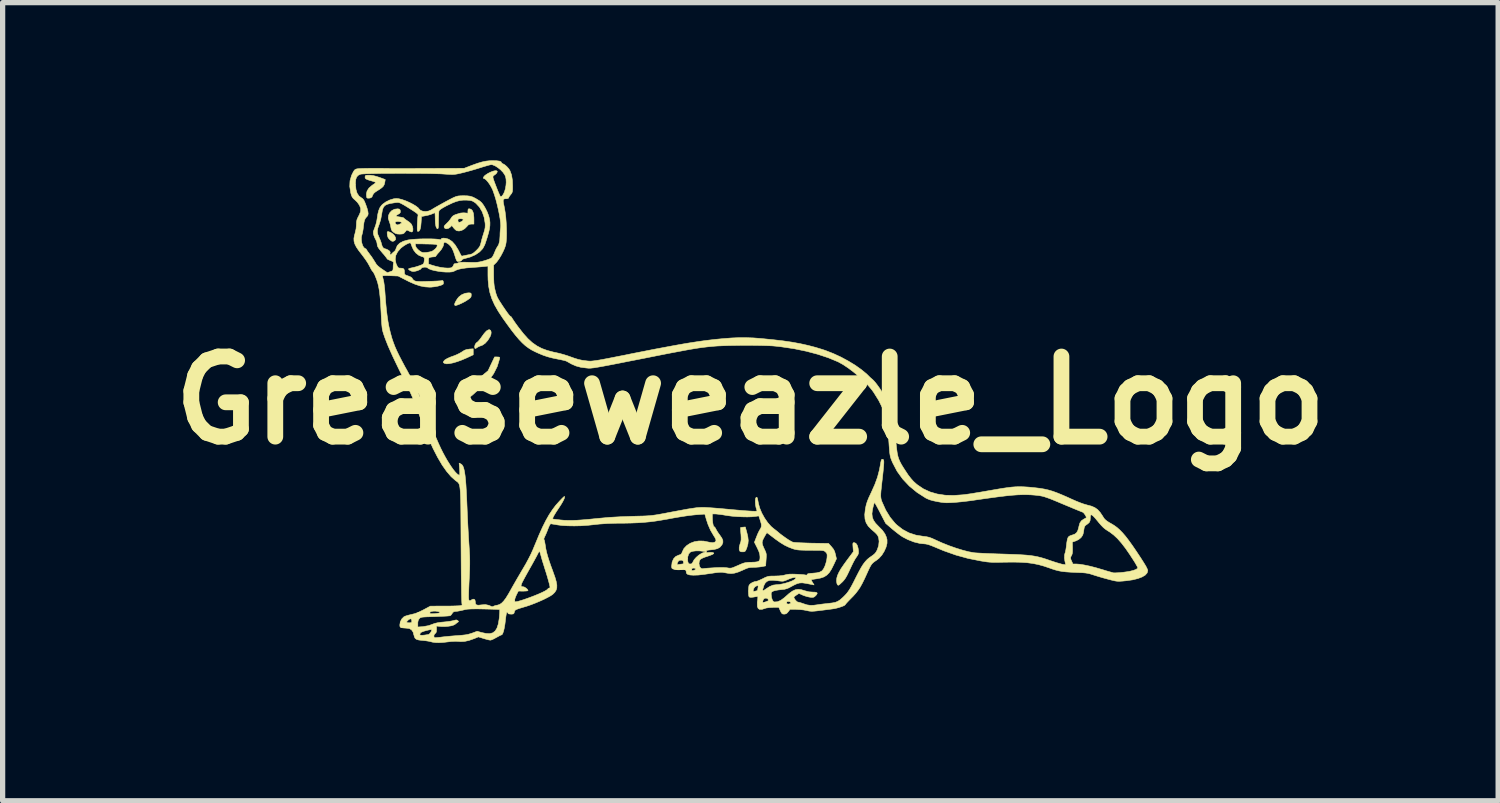
<source format=kicad_pcb>
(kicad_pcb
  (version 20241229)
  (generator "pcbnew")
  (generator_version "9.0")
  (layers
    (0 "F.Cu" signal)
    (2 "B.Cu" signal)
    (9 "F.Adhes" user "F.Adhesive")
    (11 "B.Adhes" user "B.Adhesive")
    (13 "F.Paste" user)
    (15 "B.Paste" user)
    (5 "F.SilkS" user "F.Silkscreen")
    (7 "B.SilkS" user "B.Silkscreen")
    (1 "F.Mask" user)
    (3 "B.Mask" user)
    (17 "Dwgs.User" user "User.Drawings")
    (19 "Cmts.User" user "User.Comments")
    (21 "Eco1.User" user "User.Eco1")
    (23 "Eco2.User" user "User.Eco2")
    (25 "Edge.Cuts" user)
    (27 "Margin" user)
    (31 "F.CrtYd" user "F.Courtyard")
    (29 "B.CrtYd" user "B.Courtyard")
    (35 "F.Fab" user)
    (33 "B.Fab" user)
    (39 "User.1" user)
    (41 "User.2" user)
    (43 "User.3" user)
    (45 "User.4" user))
  (footprint "Greaseweazle_Logo"
    (layer "F.Cu")
    (at 11.22 4.564)
    (property "Reference" "Greaseweazle_Logo" (at 0 0 0) (layer "F.SilkS") (effects (font (size 1.524 1.524) (thickness 0.3))))
    (attr through_hole)
    (fp_poly (pts (xy -6.847 -3.195) (xy -6.832 -3.188) (xy -6.791 -3.159) (xy -6.762 -3.124) (xy -6.747 -3.089) (xy -6.749 -3.057) (xy -6.768 -3.036) (xy -6.795 -3.025) (xy -6.818 -3.027) (xy -6.845 -3.046) (xy -6.859 -3.058) (xy -6.888 -3.091) (xy -6.902 -3.131) (xy -6.905 -3.153) (xy -6.908 -3.191) (xy -6.902 -3.209) (xy -6.883 -3.21) (xy -6.847 -3.195)) (stroke (width 0.01) (type solid)) (fill yes) (layer "F.SilkS"))
    (fp_poly (pts (xy -5.331 -2.044) (xy -5.314 -2.037) (xy -5.309 -2.021) (xy -5.309 -2.001) (xy -5.311 -1.977) (xy -5.32 -1.957) (xy -5.342 -1.937) (xy -5.381 -1.91) (xy -5.385 -1.907) (xy -5.43 -1.879) (xy -5.483 -1.852) (xy -5.535 -1.828) (xy -5.58 -1.811) (xy -5.611 -1.804) (xy -5.614 -1.803) (xy -5.624 -1.814) (xy -5.626 -1.826) (xy -5.618 -1.854) (xy -5.598 -1.893) (xy -5.571 -1.935) (xy -5.545 -1.967) (xy -5.491 -2.009) (xy -5.425 -2.037) (xy -5.366 -2.045) (xy -5.331 -2.044)) (stroke (width 0.01) (type solid)) (fill yes) (layer "F.SilkS"))
    (fp_poly (pts (xy -4.939 -1.329) (xy -4.93 -1.299) (xy -4.933 -1.259) (xy -4.948 -1.217) (xy -4.994 -1.141) (xy -5.045 -1.085) (xy -5.098 -1.049) (xy -5.118 -1.042) (xy -5.159 -1.027) (xy -5.194 -1.008) (xy -5.202 -1.002) (xy -5.226 -0.986) (xy -5.239 -0.99) (xy -5.245 -1.021) (xy -5.236 -1.058) (xy -5.217 -1.09) (xy -5.2 -1.103) (xy -5.179 -1.12) (xy -5.15 -1.153) (xy -5.119 -1.195) (xy -5.112 -1.205) (xy -5.062 -1.274) (xy -5.02 -1.32) (xy -4.982 -1.342) (xy -4.96 -1.344) (xy -4.939 -1.329)) (stroke (width 0.01) (type solid)) (fill yes) (layer "F.SilkS"))
    (fp_poly (pts (xy -5.271 -0.867) (xy -5.394 -0.809) (xy -5.485 -0.77) (xy -5.572 -0.738) (xy -5.652 -0.714) (xy -5.721 -0.7) (xy -5.775 -0.695) (xy -5.811 -0.702) (xy -5.812 -0.702) (xy -5.833 -0.714) (xy -5.839 -0.718) (xy -5.838 -0.73) (xy -5.835 -0.741) (xy -5.812 -0.768) (xy -5.765 -0.797) (xy -5.694 -0.828) (xy -5.648 -0.844) (xy -5.59 -0.867) (xy -5.532 -0.895) (xy -5.486 -0.922) (xy -5.484 -0.924) (xy -5.438 -0.953) (xy -5.397 -0.968) (xy -5.346 -0.975) (xy -5.345 -0.976) (xy -5.271 -0.981) (xy -5.271 -0.867)) (stroke (width 0.01) (type solid)) (fill yes) (layer "F.SilkS"))
    (fp_poly (pts (xy -0.069 2.508) (xy -0.049 2.593) (xy -0.041 2.664) (xy -0.047 2.729) (xy -0.066 2.796) (xy -0.067 2.8) (xy -0.084 2.842) (xy -0.097 2.865) (xy -0.113 2.876) (xy -0.137 2.88) (xy -0.14 2.88) (xy -0.174 2.879) (xy -0.199 2.87) (xy -0.2 2.868) (xy -0.213 2.839) (xy -0.213 2.793) (xy -0.199 2.736) (xy -0.193 2.718) (xy -0.182 2.685) (xy -0.177 2.65) (xy -0.177 2.606) (xy -0.18 2.545) (xy -0.181 2.541) (xy -0.185 2.489) (xy -0.187 2.448) (xy -0.188 2.423) (xy -0.187 2.418) (xy -0.174 2.415) (xy -0.145 2.411) (xy -0.141 2.411) (xy -0.097 2.407) (xy -0.069 2.508)) (stroke (width 0.01) (type solid)) (fill yes) (layer "F.SilkS"))
    (fp_poly (pts (xy -4.781 -0.824) (xy -4.768 -0.818) (xy -4.768 -0.801) (xy -4.77 -0.791) (xy -4.815 -0.644) (xy -4.883 -0.508) (xy -4.973 -0.384) (xy -5.085 -0.273) (xy -5.135 -0.232) (xy -5.181 -0.196) (xy -5.225 -0.157) (xy -5.258 -0.126) (xy -5.302 -0.088) (xy -5.351 -0.056) (xy -5.402 -0.032) (xy -5.447 -0.02) (xy -5.482 -0.02) (xy -5.496 -0.028) (xy -5.508 -0.051) (xy -5.512 -0.079) (xy -5.506 -0.108) (xy -5.485 -0.125) (xy -5.474 -0.129) (xy -5.447 -0.141) (xy -5.436 -0.153) (xy -5.436 -0.154) (xy -5.426 -0.174) (xy -5.397 -0.208) (xy -5.35 -0.254) (xy -5.286 -0.313) (xy -5.207 -0.382) (xy -5.162 -0.42) (xy -4.988 -0.565) (xy -4.927 -0.695) (xy -4.865 -0.826) (xy -4.814 -0.826) (xy -4.781 -0.824)) (stroke (width 0.01) (type solid)) (fill yes) (layer "F.SilkS"))
    (fp_poly (pts (xy 2.005 2.717) (xy 2.03 2.752) (xy 2.047 2.806) (xy 2.054 2.85) (xy 2.056 2.889) (xy 2.052 2.918) (xy 2.038 2.947) (xy 2.014 2.982) (xy 1.989 3.02) (xy 1.959 3.074) (xy 1.928 3.137) (xy 1.904 3.188) (xy 1.866 3.269) (xy 1.835 3.332) (xy 1.808 3.379) (xy 1.78 3.417) (xy 1.751 3.45) (xy 1.729 3.47) (xy 1.698 3.499) (xy 1.679 3.513) (xy 1.669 3.515) (xy 1.659 3.509) (xy 1.654 3.503) (xy 1.645 3.482) (xy 1.639 3.446) (xy 1.638 3.422) (xy 1.643 3.376) (xy 1.658 3.325) (xy 1.684 3.268) (xy 1.723 3.2) (xy 1.778 3.12) (xy 1.838 3.037) (xy 1.958 2.877) (xy 1.951 2.791) (xy 1.948 2.745) (xy 1.949 2.72) (xy 1.955 2.708) (xy 1.967 2.705) (xy 1.975 2.705) (xy 2.005 2.717)) (stroke (width 0.01) (type solid)) (fill yes) (layer "F.SilkS"))
    (fp_poly (pts (xy -7.172 -4.275) (xy -7.111 -4.259) (xy -7.05 -4.239) (xy -6.944 -4.2) (xy -6.952 -4.15) (xy -6.962 -4.108) (xy -6.979 -4.075) (xy -7.009 -4.045) (xy -7.055 -4.012) (xy -7.083 -3.995) (xy -7.131 -3.964) (xy -7.161 -3.938) (xy -7.178 -3.913) (xy -7.184 -3.899) (xy -7.198 -3.867) (xy -7.221 -3.852) (xy -7.243 -3.847) (xy -7.278 -3.845) (xy -7.294 -3.855) (xy -7.296 -3.858) (xy -7.3 -3.882) (xy -7.302 -3.918) (xy -7.303 -3.923) (xy -7.29 -3.982) (xy -7.254 -4.038) (xy -7.195 -4.089) (xy -7.185 -4.096) (xy -7.152 -4.118) (xy -7.13 -4.136) (xy -7.125 -4.143) (xy -7.136 -4.151) (xy -7.165 -4.162) (xy -7.198 -4.172) (xy -7.256 -4.189) (xy -7.294 -4.203) (xy -7.316 -4.215) (xy -7.326 -4.23) (xy -7.328 -4.248) (xy -7.324 -4.27) (xy -7.307 -4.28) (xy -7.287 -4.282) (xy -7.227 -4.282) (xy -7.172 -4.275)) (stroke (width 0.01) (type solid)) (fill yes) (layer "F.SilkS"))
    (fp_poly (pts (xy -5.313 -3.635) (xy -5.285 -3.606) (xy -5.267 -3.557) (xy -5.259 -3.485) (xy -5.258 -3.446) (xy -5.258 -3.353) (xy -5.307 -3.353) (xy -5.342 -3.349) (xy -5.368 -3.334) (xy -5.39 -3.309) (xy -5.435 -3.264) (xy -5.487 -3.234) (xy -5.54 -3.221) (xy -5.584 -3.227) (xy -5.608 -3.243) (xy -5.636 -3.271) (xy -5.644 -3.281) (xy -5.678 -3.325) (xy -5.709 -3.294) (xy -5.742 -3.272) (xy -5.778 -3.263) (xy -5.807 -3.27) (xy -5.823 -3.29) (xy -5.824 -3.311) (xy -5.809 -3.333) (xy -5.78 -3.361) (xy -5.742 -3.399) (xy -5.722 -3.424) (xy -5.563 -3.424) (xy -5.557 -3.398) (xy -5.547 -3.387) (xy -5.523 -3.389) (xy -5.493 -3.401) (xy -5.469 -3.42) (xy -5.461 -3.436) (xy -5.47 -3.449) (xy -5.499 -3.454) (xy -5.512 -3.454) (xy -5.545 -3.453) (xy -5.559 -3.444) (xy -5.563 -3.425) (xy -5.563 -3.424) (xy -5.722 -3.424) (xy -5.707 -3.442) (xy -5.696 -3.459) (xy -5.675 -3.49) (xy -5.651 -3.512) (xy -5.616 -3.53) (xy -5.581 -3.542) (xy -5.515 -3.562) (xy -5.459 -3.567) (xy -5.435 -3.566) (xy -5.372 -3.56) (xy -5.372 -3.602) (xy -5.368 -3.634) (xy -5.354 -3.645) (xy -5.352 -3.645) (xy -5.313 -3.635)) (stroke (width 0.01) (type solid)) (fill yes) (layer "F.SilkS"))
    (fp_poly (pts (xy -6.704 -3.643) (xy -6.674 -3.637) (xy -6.661 -3.621) (xy -6.657 -3.6) (xy -6.658 -3.573) (xy -6.672 -3.555) (xy -6.699 -3.539) (xy -6.726 -3.523) (xy -6.739 -3.51) (xy -6.738 -3.507) (xy -6.723 -3.499) (xy -6.69 -3.491) (xy -6.661 -3.487) (xy -6.623 -3.48) (xy -6.598 -3.473) (xy -6.591 -3.468) (xy -6.581 -3.457) (xy -6.556 -3.437) (xy -6.529 -3.419) (xy -6.49 -3.392) (xy -6.458 -3.364) (xy -6.446 -3.349) (xy -6.428 -3.31) (xy -6.418 -3.266) (xy -6.419 -3.229) (xy -6.425 -3.214) (xy -6.436 -3.203) (xy -6.453 -3.204) (xy -6.484 -3.217) (xy -6.486 -3.218) (xy -6.534 -3.241) (xy -6.567 -3.202) (xy -6.589 -3.178) (xy -6.612 -3.167) (xy -6.645 -3.163) (xy -6.67 -3.162) (xy -6.718 -3.165) (xy -6.753 -3.176) (xy -6.785 -3.197) (xy -6.814 -3.223) (xy -6.829 -3.252) (xy -6.838 -3.294) (xy -6.838 -3.298) (xy -6.849 -3.347) (xy -6.86 -3.381) (xy -6.758 -3.381) (xy -6.749 -3.359) (xy -6.734 -3.346) (xy -6.714 -3.337) (xy -6.689 -3.342) (xy -6.674 -3.349) (xy -6.646 -3.364) (xy -6.63 -3.374) (xy -6.63 -3.374) (xy -6.631 -3.384) (xy -6.651 -3.394) (xy -6.682 -3.401) (xy -6.709 -3.403) (xy -6.744 -3.397) (xy -6.758 -3.381) (xy -6.86 -3.381) (xy -6.864 -3.396) (xy -6.871 -3.411) (xy -6.887 -3.466) (xy -6.881 -3.521) (xy -6.856 -3.571) (xy -6.817 -3.611) (xy -6.766 -3.636) (xy -6.707 -3.643) (xy -6.704 -3.643)) (stroke (width 0.01) (type solid)) (fill yes) (layer "F.SilkS"))
    (fp_poly (pts (xy -4.825 -4.557) (xy -4.772 -4.55) (xy -4.743 -4.538) (xy -4.737 -4.527) (xy -4.727 -4.51) (xy -4.711 -4.502) (xy -4.674 -4.482) (xy -4.634 -4.448) (xy -4.596 -4.406) (xy -4.573 -4.37) (xy -4.543 -4.289) (xy -4.526 -4.186) (xy -4.522 -4.073) (xy -4.522 -4.017) (xy -4.525 -3.979) (xy -4.532 -3.954) (xy -4.543 -3.933) (xy -4.56 -3.912) (xy -4.583 -3.882) (xy -4.596 -3.858) (xy -4.597 -3.852) (xy -4.609 -3.84) (xy -4.639 -3.835) (xy -4.669 -3.834) (xy -4.688 -3.828) (xy -4.699 -3.814) (xy -4.701 -3.788) (xy -4.695 -3.745) (xy -4.682 -3.683) (xy -4.678 -3.664) (xy -4.664 -3.58) (xy -4.652 -3.484) (xy -4.644 -3.381) (xy -4.639 -3.277) (xy -4.637 -3.177) (xy -4.639 -3.085) (xy -4.645 -3.009) (xy -4.654 -2.955) (xy -4.675 -2.893) (xy -4.707 -2.822) (xy -4.745 -2.75) (xy -4.786 -2.684) (xy -4.824 -2.632) (xy -4.836 -2.619) (xy -4.883 -2.573) (xy -4.883 -2.388) (xy -4.881 -2.303) (xy -4.878 -2.235) (xy -4.872 -2.178) (xy -4.861 -2.122) (xy -4.852 -2.083) (xy -4.84 -2.037) (xy -4.827 -1.998) (xy -4.812 -1.96) (xy -4.79 -1.92) (xy -4.76 -1.871) (xy -4.719 -1.808) (xy -4.702 -1.782) (xy -4.661 -1.722) (xy -4.625 -1.671) (xy -4.595 -1.631) (xy -4.574 -1.607) (xy -4.566 -1.6) (xy -4.549 -1.59) (xy -4.537 -1.572) (xy -4.525 -1.552) (xy -4.501 -1.516) (xy -4.468 -1.468) (xy -4.428 -1.413) (xy -4.407 -1.385) (xy -4.317 -1.27) (xy -4.232 -1.175) (xy -4.148 -1.098) (xy -4.061 -1.037) (xy -3.968 -0.988) (xy -3.864 -0.95) (xy -3.744 -0.918) (xy -3.699 -0.909) (xy -3.625 -0.892) (xy -3.546 -0.87) (xy -3.473 -0.847) (xy -3.434 -0.833) (xy -3.347 -0.802) (xy -3.273 -0.779) (xy -3.2 -0.763) (xy -3.117 -0.752) (xy -3.099 -0.75) (xy -3.078 -0.748) (xy -3.057 -0.747) (xy -3.034 -0.747) (xy -3.007 -0.749) (xy -2.973 -0.753) (xy -2.93 -0.759) (xy -2.877 -0.767) (xy -2.811 -0.779) (xy -2.731 -0.794) (xy -2.633 -0.813) (xy -2.517 -0.836) (xy -2.379 -0.863) (xy -2.248 -0.89) (xy -2.028 -0.933) (xy -1.831 -0.972) (xy -1.654 -1.005) (xy -1.494 -1.035) (xy -1.35 -1.061) (xy -1.219 -1.084) (xy -1.098 -1.103) (xy -0.986 -1.12) (xy -0.879 -1.135) (xy -0.775 -1.148) (xy -0.673 -1.16) (xy -0.569 -1.17) (xy -0.515 -1.175) (xy -0.36 -1.187) (xy -0.219 -1.193) (xy -0.082 -1.193) (xy 0.059 -1.188) (xy 0.215 -1.176) (xy 0.222 -1.175) (xy 0.433 -1.154) (xy 0.622 -1.132) (xy 0.793 -1.107) (xy 0.951 -1.078) (xy 1.099 -1.045) (xy 1.24 -1.008) (xy 1.38 -0.965) (xy 1.435 -0.946) (xy 1.578 -0.89) (xy 1.721 -0.824) (xy 1.86 -0.749) (xy 1.992 -0.669) (xy 2.11 -0.585) (xy 2.211 -0.502) (xy 2.267 -0.446) (xy 2.284 -0.43) (xy 2.312 -0.406) (xy 2.326 -0.394) (xy 2.36 -0.359) (xy 2.402 -0.307) (xy 2.451 -0.239) (xy 2.503 -0.161) (xy 2.555 -0.077) (xy 2.588 -0.019) (xy 2.627 0.055) (xy 2.659 0.134) (xy 2.687 0.22) (xy 2.71 0.317) (xy 2.729 0.429) (xy 2.746 0.558) (xy 2.761 0.709) (xy 2.763 0.73) (xy 2.772 0.84) (xy 2.782 0.929) (xy 2.792 1.001) (xy 2.805 1.062) (xy 2.822 1.116) (xy 2.845 1.168) (xy 2.873 1.221) (xy 2.91 1.281) (xy 2.943 1.332) (xy 3 1.418) (xy 3.052 1.485) (xy 3.101 1.54) (xy 3.154 1.588) (xy 3.175 1.605) (xy 3.289 1.682) (xy 3.415 1.74) (xy 3.552 1.78) (xy 3.703 1.803) (xy 3.869 1.807) (xy 4.052 1.794) (xy 4.197 1.774) (xy 4.279 1.76) (xy 4.377 1.744) (xy 4.481 1.726) (xy 4.584 1.708) (xy 4.655 1.696) (xy 4.776 1.675) (xy 4.879 1.66) (xy 4.966 1.649) (xy 5.045 1.643) (xy 5.119 1.641) (xy 5.194 1.643) (xy 5.276 1.648) (xy 5.302 1.65) (xy 5.411 1.661) (xy 5.504 1.672) (xy 5.588 1.686) (xy 5.667 1.704) (xy 5.746 1.727) (xy 5.829 1.757) (xy 5.922 1.795) (xy 6.03 1.842) (xy 6.106 1.877) (xy 6.188 1.913) (xy 6.267 1.945) (xy 6.337 1.97) (xy 6.392 1.986) (xy 6.398 1.988) (xy 6.482 2.01) (xy 6.548 2.038) (xy 6.602 2.076) (xy 6.65 2.129) (xy 6.698 2.2) (xy 6.705 2.212) (xy 6.727 2.246) (xy 6.752 2.272) (xy 6.783 2.297) (xy 6.829 2.326) (xy 6.86 2.343) (xy 6.916 2.377) (xy 6.969 2.415) (xy 7.021 2.461) (xy 7.075 2.516) (xy 7.133 2.583) (xy 7.195 2.664) (xy 7.264 2.76) (xy 7.342 2.874) (xy 7.422 2.995) (xy 7.478 3.083) (xy 7.519 3.15) (xy 7.544 3.2) (xy 7.556 3.231) (xy 7.556 3.237) (xy 7.544 3.281) (xy 7.508 3.322) (xy 7.449 3.357) (xy 7.37 3.387) (xy 7.27 3.412) (xy 7.152 3.429) (xy 7.079 3.436) (xy 7.033 3.439) (xy 6.995 3.44) (xy 6.959 3.437) (xy 6.919 3.43) (xy 6.869 3.418) (xy 6.803 3.401) (xy 6.771 3.392) (xy 6.697 3.372) (xy 6.623 3.35) (xy 6.557 3.33) (xy 6.507 3.314) (xy 6.494 3.31) (xy 6.456 3.298) (xy 6.417 3.289) (xy 6.373 3.282) (xy 6.317 3.277) (xy 6.244 3.274) (xy 6.198 3.272) (xy 6.09 3.267) (xy 6.002 3.261) (xy 5.928 3.253) (xy 5.863 3.241) (xy 5.8 3.225) (xy 5.734 3.204) (xy 5.687 3.187) (xy 5.58 3.151) (xy 5.476 3.122) (xy 5.37 3.101) (xy 5.258 3.086) (xy 5.135 3.078) (xy 4.996 3.075) (xy 4.837 3.077) (xy 4.826 3.077) (xy 4.733 3.079) (xy 4.66 3.08) (xy 4.6 3.079) (xy 4.547 3.076) (xy 4.495 3.071) (xy 4.437 3.062) (xy 4.381 3.053) (xy 4.14 3.005) (xy 3.907 2.941) (xy 3.675 2.859) (xy 3.5 2.786) (xy 3.439 2.761) (xy 3.384 2.742) (xy 3.343 2.732) (xy 3.329 2.73) (xy 3.223 2.72) (xy 3.109 2.692) (xy 2.992 2.646) (xy 2.896 2.596) (xy 2.859 2.572) (xy 2.809 2.535) (xy 2.753 2.491) (xy 2.699 2.447) (xy 2.572 2.338) (xy 2.47 2.141) (xy 2.437 2.077) (xy 2.407 2.021) (xy 2.383 1.978) (xy 2.366 1.951) (xy 2.36 1.943) (xy 2.353 1.955) (xy 2.344 1.984) (xy 2.333 2.025) (xy 2.323 2.071) (xy 2.316 2.114) (xy 2.312 2.149) (xy 2.311 2.156) (xy 2.318 2.219) (xy 2.339 2.277) (xy 2.378 2.334) (xy 2.437 2.396) (xy 2.44 2.399) (xy 2.51 2.47) (xy 2.558 2.538) (xy 2.587 2.604) (xy 2.598 2.65) (xy 2.598 2.717) (xy 2.579 2.792) (xy 2.545 2.868) (xy 2.5 2.941) (xy 2.445 3.002) (xy 2.397 3.04) (xy 2.36 3.065) (xy 2.332 3.087) (xy 2.308 3.112) (xy 2.287 3.144) (xy 2.264 3.187) (xy 2.236 3.247) (xy 2.218 3.287) (xy 2.17 3.392) (xy 2.127 3.479) (xy 2.087 3.551) (xy 2.046 3.612) (xy 2.002 3.669) (xy 1.952 3.725) (xy 1.921 3.756) (xy 1.877 3.801) (xy 1.841 3.839) (xy 1.815 3.868) (xy 1.804 3.884) (xy 1.803 3.885) (xy 1.792 3.896) (xy 1.762 3.911) (xy 1.718 3.927) (xy 1.668 3.943) (xy 1.616 3.956) (xy 1.584 3.962) (xy 1.541 3.968) (xy 1.481 3.976) (xy 1.41 3.985) (xy 1.337 3.994) (xy 1.327 3.995) (xy 1.255 4.004) (xy 1.202 4.009) (xy 1.162 4.01) (xy 1.13 4.008) (xy 1.1 4.003) (xy 1.069 3.996) (xy 1.012 3.985) (xy 0.942 3.978) (xy 0.871 3.975) (xy 0.752 3.975) (xy 0.718 4.02) (xy 0.691 4.05) (xy 0.663 4.062) (xy 0.641 4.064) (xy 0.615 4.062) (xy 0.598 4.051) (xy 0.582 4.027) (xy 0.569 4) (xy 0.54 3.937) (xy 0.43 3.937) (xy 0.358 3.94) (xy 0.301 3.948) (xy 0.275 3.956) (xy 0.217 3.975) (xy 0.174 3.975) (xy 0.147 3.956) (xy 0.132 3.917) (xy 0.131 3.857) (xy 0.132 3.848) (xy 0.686 3.848) (xy 0.696 3.868) (xy 0.722 3.874) (xy 0.754 3.866) (xy 0.768 3.853) (xy 0.763 3.837) (xy 0.743 3.826) (xy 0.723 3.823) (xy 0.695 3.827) (xy 0.686 3.843) (xy 0.686 3.848) (xy 0.132 3.848) (xy 0.133 3.834) (xy 0.233 3.834) (xy 0.237 3.843) (xy 0.253 3.842) (xy 0.286 3.832) (xy 0.314 3.821) (xy 0.337 3.811) (xy 0.341 3.798) (xy 0.335 3.779) (xy 0.318 3.764) (xy 0.288 3.76) (xy 0.26 3.769) (xy 0.259 3.769) (xy 0.246 3.787) (xy 0.236 3.814) (xy 0.233 3.834) (xy 0.133 3.834) (xy 0.135 3.816) (xy 0.14 3.767) (xy 0.141 3.738) (xy 0.137 3.727) (xy 0.131 3.727) (xy 0.109 3.732) (xy 0.073 3.738) (xy 0.05 3.742) (xy 0.007 3.745) (xy -0.017 3.741) (xy -0.027 3.732) (xy -0.033 3.708) (xy -0.037 3.666) (xy -0.037 3.624) (xy 0.052 3.624) (xy 0.059 3.632) (xy 0.084 3.629) (xy 0.089 3.628) (xy 0.118 3.621) (xy 0.133 3.617) (xy 0.134 3.616) (xy 0.135 3.61) (xy 0.233 3.61) (xy 0.241 3.618) (xy 0.263 3.608) (xy 0.293 3.587) (xy 0.365 3.54) (xy 0.43 3.513) (xy 0.492 3.505) (xy 0.547 3.501) (xy 0.609 3.49) (xy 0.674 3.474) (xy 0.737 3.454) (xy 0.792 3.433) (xy 0.834 3.411) (xy 0.858 3.391) (xy 0.862 3.384) (xy 0.861 3.37) (xy 0.847 3.366) (xy 0.821 3.369) (xy 0.784 3.378) (xy 0.737 3.395) (xy 0.7 3.411) (xy 0.662 3.427) (xy 0.633 3.436) (xy 0.604 3.439) (xy 0.567 3.436) (xy 0.515 3.429) (xy 0.43 3.421) (xy 0.365 3.423) (xy 0.317 3.44) (xy 0.282 3.472) (xy 0.256 3.521) (xy 0.237 3.585) (xy 0.233 3.61) (xy 0.135 3.61) (xy 0.137 3.603) (xy 0.142 3.574) (xy 0.144 3.565) (xy 0.147 3.534) (xy 0.143 3.522) (xy 0.128 3.524) (xy 0.123 3.525) (xy 0.085 3.545) (xy 0.062 3.58) (xy 0.056 3.599) (xy 0.052 3.624) (xy -0.037 3.624) (xy -0.037 3.617) (xy -0.034 3.568) (xy -0.029 3.528) (xy -0.024 3.513) (xy -0.002 3.488) (xy 0.035 3.464) (xy 0.078 3.447) (xy 0.111 3.442) (xy 0.132 3.436) (xy 0.169 3.421) (xy 0.215 3.4) (xy 0.234 3.391) (xy 0.281 3.367) (xy 0.317 3.353) (xy 0.351 3.344) (xy 0.391 3.341) (xy 0.446 3.34) (xy 0.46 3.34) (xy 0.548 3.337) (xy 0.623 3.328) (xy 0.658 3.319) (xy 0.699 3.31) (xy 0.742 3.304) (xy 0.797 3.303) (xy 0.868 3.305) (xy 0.883 3.306) (xy 0.944 3.309) (xy 0.998 3.313) (xy 1.037 3.318) (xy 1.057 3.322) (xy 1.076 3.322) (xy 1.079 3.311) (xy 1.085 3.301) (xy 1.105 3.294) (xy 1.144 3.289) (xy 1.184 3.286) (xy 1.26 3.279) (xy 1.316 3.266) (xy 1.357 3.245) (xy 1.387 3.211) (xy 1.412 3.162) (xy 1.417 3.151) (xy 1.436 3.094) (xy 1.451 3.033) (xy 1.457 2.991) (xy 1.459 2.947) (xy 1.456 2.92) (xy 1.446 2.9) (xy 1.429 2.883) (xy 1.417 2.872) (xy 1.404 2.864) (xy 1.387 2.858) (xy 1.362 2.855) (xy 1.326 2.852) (xy 1.273 2.851) (xy 1.202 2.851) (xy 1.145 2.85) (xy 1.056 2.85) (xy 0.988 2.848) (xy 0.936 2.846) (xy 0.895 2.842) (xy 0.861 2.836) (xy 0.829 2.828) (xy 0.806 2.821) (xy 0.728 2.791) (xy 0.651 2.754) (xy 0.569 2.704) (xy 0.478 2.64) (xy 0.439 2.61) (xy 0.313 2.514) (xy 0.277 2.574) (xy 0.246 2.63) (xy 0.228 2.673) (xy 0.223 2.71) (xy 0.231 2.748) (xy 0.25 2.796) (xy 0.26 2.817) (xy 0.282 2.864) (xy 0.296 2.899) (xy 0.302 2.93) (xy 0.302 2.967) (xy 0.299 3.019) (xy 0.298 3.031) (xy 0.29 3.147) (xy 0.219 3.161) (xy 0.168 3.168) (xy 0.106 3.173) (xy 0.056 3.175) (xy 0.008 3.176) (xy -0.031 3.182) (xy -0.071 3.194) (xy -0.12 3.216) (xy -0.142 3.226) (xy -0.229 3.263) (xy -0.302 3.285) (xy -0.368 3.293) (xy -0.428 3.287) (xy -0.475 3.279) (xy -0.521 3.271) (xy -0.533 3.269) (xy -0.563 3.268) (xy -0.611 3.271) (xy -0.671 3.278) (xy -0.736 3.288) (xy -0.739 3.288) (xy -0.877 3.308) (xy -0.992 3.321) (xy -1.083 3.324) (xy -1.15 3.32) (xy -1.195 3.307) (xy -1.217 3.286) (xy -1.219 3.273) (xy -1.223 3.241) (xy -1.237 3.223) (xy -1.267 3.217) (xy -1.316 3.22) (xy -1.378 3.222) (xy -1.434 3.216) (xy -1.445 3.214) (xy -1.447 3.213) (xy -1.118 3.213) (xy -1.115 3.232) (xy -1.103 3.237) (xy -1.075 3.232) (xy -1.07 3.23) (xy -1.045 3.217) (xy -1.043 3.201) (xy -1.061 3.19) (xy -1.079 3.188) (xy -1.107 3.192) (xy -1.117 3.207) (xy -1.118 3.213) (xy -1.447 3.213) (xy -1.478 3.203) (xy -1.494 3.19) (xy -1.498 3.167) (xy -1.499 3.152) (xy -1.494 3.118) (xy -1.395 3.118) (xy -1.386 3.124) (xy -1.359 3.12) (xy -1.359 3.12) (xy -1.322 3.114) (xy -1.293 3.111) (xy -1.275 3.106) (xy -1.272 3.085) (xy -1.272 3.077) (xy -1.28 3.051) (xy -1.301 3.04) (xy -1.316 3.038) (xy -1.351 3.041) (xy -1.375 3.062) (xy -1.391 3.098) (xy -1.395 3.118) (xy -1.494 3.118) (xy -1.489 3.075) (xy -1.462 3.013) (xy -1.457 3.007) (xy -1.194 3.007) (xy -1.191 3.061) (xy -1.181 3.093) (xy -1.163 3.109) (xy -1.143 3.111) (xy -1.116 3.106) (xy -1.113 3.104) (xy -0.978 3.104) (xy -0.969 3.15) (xy -0.957 3.174) (xy -0.943 3.19) (xy -0.925 3.198) (xy -0.896 3.198) (xy -0.865 3.195) (xy -0.822 3.191) (xy -0.763 3.187) (xy -0.696 3.183) (xy -0.648 3.18) (xy -0.581 3.178) (xy -0.517 3.178) (xy -0.463 3.181) (xy -0.434 3.185) (xy -0.404 3.19) (xy -0.378 3.19) (xy -0.352 3.186) (xy -0.318 3.174) (xy -0.27 3.153) (xy -0.237 3.139) (xy -0.179 3.113) (xy -0.135 3.096) (xy -0.098 3.086) (xy -0.058 3.081) (xy -0.008 3.078) (xy 0.017 3.078) (xy 0.086 3.075) (xy 0.132 3.069) (xy 0.161 3.056) (xy 0.177 3.034) (xy 0.182 3.001) (xy 0.182 2.969) (xy 0.177 2.923) (xy 0.161 2.873) (xy 0.133 2.811) (xy 0.128 2.801) (xy 0.076 2.698) (xy 0.115 2.598) (xy 0.135 2.547) (xy 0.156 2.502) (xy 0.173 2.47) (xy 0.176 2.465) (xy 0.199 2.427) (xy 0.209 2.392) (xy 0.207 2.351) (xy 0.192 2.297) (xy 0.188 2.285) (xy 0.159 2.196) (xy 0.095 2.206) (xy 0.027 2.213) (xy -0.059 2.216) (xy -0.156 2.214) (xy -0.258 2.209) (xy -0.357 2.201) (xy -0.446 2.189) (xy -0.465 2.186) (xy -0.53 2.175) (xy -0.591 2.167) (xy -0.641 2.161) (xy -0.671 2.159) (xy -0.724 2.159) (xy -0.724 2.213) (xy -0.722 2.275) (xy -0.716 2.329) (xy -0.708 2.371) (xy -0.698 2.396) (xy -0.692 2.4) (xy -0.677 2.411) (xy -0.661 2.437) (xy -0.659 2.441) (xy -0.643 2.472) (xy -0.617 2.513) (xy -0.585 2.558) (xy -0.581 2.563) (xy -0.544 2.617) (xy -0.525 2.66) (xy -0.523 2.699) (xy -0.537 2.738) (xy -0.546 2.752) (xy -0.579 2.791) (xy -0.625 2.818) (xy -0.689 2.835) (xy -0.744 2.841) (xy -0.793 2.846) (xy -0.821 2.851) (xy -0.835 2.859) (xy -0.838 2.872) (xy -0.838 2.874) (xy -0.834 2.89) (xy -0.818 2.895) (xy -0.796 2.892) (xy -0.755 2.889) (xy -0.72 2.892) (xy -0.697 2.901) (xy -0.698 2.914) (xy -0.724 2.93) (xy -0.774 2.95) (xy -0.821 2.966) (xy -0.873 2.983) (xy -0.917 3.002) (xy -0.947 3.019) (xy -0.953 3.023) (xy -0.972 3.058) (xy -0.978 3.104) (xy -1.113 3.104) (xy -1.099 3.085) (xy -1.093 3.071) (xy -1.07 3.029) (xy -1.03 2.984) (xy -0.981 2.942) (xy -0.93 2.91) (xy -0.903 2.898) (xy -0.845 2.878) (xy -0.914 2.867) (xy -0.978 2.861) (xy -1.042 2.862) (xy -1.097 2.869) (xy -1.137 2.882) (xy -1.141 2.884) (xy -1.174 2.92) (xy -1.191 2.973) (xy -1.194 3.007) (xy -1.457 3.007) (xy -1.42 2.968) (xy -1.363 2.942) (xy -1.354 2.939) (xy -1.325 2.93) (xy -1.307 2.911) (xy -1.296 2.881) (xy -1.264 2.816) (xy -1.212 2.761) (xy -1.145 2.717) (xy -1.066 2.687) (xy -0.979 2.673) (xy -0.89 2.675) (xy -0.84 2.685) (xy -0.767 2.7) (xy -0.715 2.705) (xy -0.68 2.697) (xy -0.66 2.679) (xy -0.655 2.662) (xy -0.659 2.641) (xy -0.674 2.61) (xy -0.697 2.574) (xy -0.759 2.468) (xy -0.806 2.36) (xy -0.839 2.261) (xy -0.867 2.162) (xy -0.951 2.168) (xy -1.03 2.174) (xy -1.108 2.182) (xy -1.191 2.192) (xy -1.284 2.206) (xy -1.389 2.223) (xy -1.514 2.245) (xy -1.57 2.256) (xy -1.692 2.277) (xy -1.805 2.295) (xy -1.914 2.309) (xy -2.023 2.319) (xy -2.137 2.327) (xy -2.262 2.332) (xy -2.402 2.335) (xy -2.553 2.336) (xy -2.717 2.341) (xy -2.876 2.352) (xy -2.965 2.362) (xy -3.089 2.375) (xy -3.219 2.384) (xy -3.348 2.387) (xy -3.471 2.385) (xy -3.58 2.379) (xy -3.665 2.368) (xy -3.718 2.359) (xy -3.761 2.352) (xy -3.789 2.347) (xy -3.795 2.346) (xy -3.809 2.356) (xy -3.826 2.388) (xy -3.847 2.438) (xy -3.868 2.493) (xy -3.89 2.545) (xy -3.909 2.586) (xy -3.91 2.588) (xy -3.924 2.619) (xy -3.929 2.638) (xy -3.927 2.642) (xy -3.921 2.653) (xy -3.913 2.684) (xy -3.905 2.73) (xy -3.901 2.753) (xy -3.891 2.818) (xy -3.877 2.885) (xy -3.857 2.958) (xy -3.831 3.041) (xy -3.798 3.138) (xy -3.755 3.254) (xy -3.752 3.264) (xy -3.716 3.364) (xy -3.693 3.445) (xy -3.681 3.511) (xy -3.682 3.565) (xy -3.695 3.609) (xy -3.72 3.649) (xy -3.758 3.687) (xy -3.762 3.69) (xy -3.8 3.716) (xy -3.858 3.748) (xy -3.929 3.784) (xy -4.009 3.82) (xy -4.093 3.855) (xy -4.176 3.887) (xy -4.252 3.913) (xy -4.265 3.917) (xy -4.342 3.94) (xy -4.398 3.957) (xy -4.437 3.971) (xy -4.462 3.982) (xy -4.476 3.993) (xy -4.484 4.006) (xy -4.488 4.021) (xy -4.489 4.025) (xy -4.497 4.049) (xy -4.511 4.061) (xy -4.539 4.064) (xy -4.554 4.064) (xy -4.591 4.061) (xy -4.608 4.053) (xy -4.61 4.045) (xy -4.619 4.028) (xy -4.626 4.026) (xy -4.635 4.035) (xy -4.643 4.065) (xy -4.651 4.116) (xy -4.658 4.175) (xy -4.668 4.255) (xy -4.68 4.327) (xy -4.694 4.387) (xy -4.709 4.43) (xy -4.723 4.454) (xy -4.73 4.458) (xy -4.747 4.464) (xy -4.779 4.48) (xy -4.821 4.503) (xy -4.831 4.508) (xy -4.876 4.533) (xy -4.915 4.551) (xy -4.942 4.559) (xy -4.945 4.559) (xy -4.969 4.556) (xy -5.01 4.546) (xy -5.06 4.532) (xy -5.073 4.528) (xy -5.173 4.497) (xy -5.25 4.529) (xy -5.349 4.564) (xy -5.434 4.583) (xy -5.51 4.587) (xy -5.542 4.584) (xy -5.607 4.581) (xy -5.691 4.585) (xy -5.751 4.592) (xy -5.847 4.603) (xy -5.925 4.607) (xy -5.989 4.605) (xy -6.047 4.597) (xy -6.077 4.589) (xy -6.122 4.579) (xy -6.18 4.57) (xy -6.239 4.564) (xy -6.242 4.564) (xy -6.305 4.557) (xy -6.348 4.545) (xy -6.375 4.525) (xy -6.39 4.496) (xy -6.396 4.472) (xy -6.404 4.445) (xy -6.287 4.445) (xy -6.284 4.461) (xy -6.259 4.467) (xy -6.213 4.465) (xy -6.169 4.459) (xy -6.133 4.453) (xy -6.118 4.45) (xy -6.1 4.437) (xy -6.081 4.413) (xy -6.066 4.386) (xy -6.06 4.365) (xy -6.062 4.361) (xy -6.078 4.359) (xy -6.111 4.364) (xy -6.153 4.374) (xy -6.198 4.386) (xy -6.237 4.4) (xy -6.264 4.412) (xy -6.271 4.417) (xy -6.287 4.445) (xy -6.404 4.445) (xy -6.414 4.407) (xy -6.444 4.363) (xy -6.487 4.338) (xy -6.546 4.331) (xy -6.59 4.328) (xy -6.628 4.323) (xy -6.654 4.315) (xy -6.665 4.298) (xy -6.667 4.269) (xy -6.663 4.244) (xy -6.325 4.244) (xy -6.325 4.309) (xy -6.233 4.303) (xy -6.119 4.283) (xy -6.058 4.261) (xy -6.004 4.241) (xy -5.947 4.228) (xy -5.877 4.218) (xy -5.842 4.215) (xy -5.779 4.209) (xy -5.718 4.201) (xy -5.669 4.192) (xy -5.649 4.187) (xy -5.611 4.177) (xy -5.588 4.175) (xy -5.57 4.184) (xy -5.566 4.186) (xy -5.551 4.201) (xy -5.556 4.212) (xy -5.568 4.22) (xy -5.597 4.242) (xy -5.615 4.257) (xy -5.645 4.273) (xy -5.692 4.287) (xy -5.752 4.296) (xy -5.816 4.301) (xy -5.877 4.3) (xy -5.89 4.299) (xy -5.969 4.291) (xy -5.969 4.355) (xy -5.971 4.396) (xy -5.98 4.42) (xy -5.994 4.432) (xy -6.012 4.452) (xy -6.02 4.478) (xy -6.015 4.502) (xy -6.005 4.511) (xy -5.987 4.512) (xy -5.95 4.509) (xy -5.899 4.504) (xy -5.862 4.499) (xy -5.797 4.492) (xy -5.717 4.484) (xy -5.633 4.477) (xy -5.563 4.472) (xy -5.481 4.465) (xy -5.418 4.458) (xy -5.365 4.448) (xy -5.315 4.433) (xy -5.293 4.426) (xy -5.196 4.39) (xy -5.116 4.413) (xy -5.028 4.432) (xy -4.957 4.435) (xy -4.899 4.42) (xy -4.854 4.385) (xy -4.82 4.331) (xy -4.795 4.254) (xy -4.778 4.155) (xy -4.774 4.12) (xy -4.77 4.064) (xy -4.767 4.018) (xy -4.767 3.988) (xy -4.768 3.978) (xy -4.782 3.976) (xy -4.817 3.974) (xy -4.871 3.972) (xy -4.94 3.97) (xy -5.019 3.968) (xy -5.07 3.967) (xy -5.167 3.965) (xy -5.243 3.965) (xy -5.302 3.966) (xy -5.349 3.968) (xy -5.387 3.971) (xy -5.421 3.977) (xy -5.455 3.985) (xy -5.466 3.988) (xy -5.52 4) (xy -5.569 4.009) (xy -5.605 4.013) (xy -5.609 4.013) (xy -5.642 4.019) (xy -5.664 4.039) (xy -5.67 4.05) (xy -5.69 4.078) (xy -5.71 4.095) (xy -5.729 4.097) (xy -5.769 4.101) (xy -5.826 4.104) (xy -5.897 4.107) (xy -5.976 4.11) (xy -6 4.111) (xy -6.089 4.114) (xy -6.156 4.116) (xy -6.205 4.119) (xy -6.239 4.122) (xy -6.262 4.127) (xy -6.277 4.133) (xy -6.288 4.141) (xy -6.296 4.149) (xy -6.315 4.178) (xy -6.324 4.215) (xy -6.325 4.244) (xy -6.663 4.244) (xy -6.659 4.222) (xy -6.536 4.222) (xy -6.514 4.228) (xy -6.49 4.229) (xy -6.457 4.228) (xy -6.443 4.219) (xy -6.439 4.199) (xy -6.439 4.191) (xy -6.446 4.161) (xy -6.465 4.153) (xy -6.494 4.166) (xy -6.511 4.181) (xy -6.535 4.207) (xy -6.536 4.222) (xy -6.659 4.222) (xy -6.657 4.209) (xy -6.63 4.156) (xy -6.59 4.116) (xy -6.584 4.112) (xy -6.553 4.099) (xy -6.506 4.085) (xy -6.453 4.072) (xy -6.447 4.071) (xy -6.38 4.054) (xy -6.339 4.039) (xy -6.096 4.039) (xy -6.093 4.051) (xy -6.081 4.056) (xy -6.054 4.057) (xy -6.01 4.055) (xy -5.964 4.05) (xy -5.926 4.044) (xy -5.906 4.038) (xy -5.902 4.029) (xy -5.917 4.02) (xy -5.946 4.013) (xy -5.982 4.008) (xy -6.021 4.007) (xy -6.041 4.009) (xy -6.078 4.017) (xy -6.094 4.029) (xy -6.096 4.039) (xy -6.339 4.039) (xy -6.311 4.028) (xy -6.232 3.99) (xy -6.217 3.982) (xy -6.086 3.912) (xy -5.827 3.911) (xy -5.746 3.911) (xy -5.67 3.91) (xy -5.605 3.908) (xy -5.555 3.906) (xy -5.525 3.904) (xy -5.522 3.904) (xy -5.492 3.897) (xy -5.482 3.887) (xy -5.486 3.866) (xy -5.487 3.863) (xy -5.488 3.845) (xy -5.49 3.804) (xy -5.492 3.741) (xy -5.494 3.659) (xy -5.495 3.559) (xy -5.497 3.443) (xy -5.499 3.314) (xy -5.5 3.172) (xy -5.501 3.02) (xy -5.502 2.86) (xy -5.503 2.743) (xy -5.504 2.547) (xy -5.505 2.374) (xy -5.506 2.223) (xy -5.507 2.093) (xy -5.508 1.982) (xy -5.51 1.888) (xy -5.513 1.81) (xy -5.516 1.745) (xy -5.52 1.694) (xy -5.525 1.652) (xy -5.531 1.62) (xy -5.538 1.596) (xy -5.547 1.577) (xy -5.558 1.563) (xy -5.57 1.551) (xy -5.584 1.541) (xy -5.6 1.529) (xy -5.61 1.522) (xy -5.692 1.449) (xy -5.776 1.351) (xy -5.862 1.229) (xy -5.948 1.083) (xy -6.035 0.914) (xy -6.123 0.722) (xy -6.211 0.507) (xy -6.292 0.289) (xy -6.331 0.18) (xy -6.367 0.086) (xy -6.401 0.001) (xy -6.436 -0.081) (xy -6.475 -0.167) (xy -6.519 -0.261) (xy -6.573 -0.369) (xy -6.596 -0.416) (xy -6.675 -0.574) (xy -6.742 -0.713) (xy -6.8 -0.834) (xy -6.848 -0.941) (xy -6.89 -1.036) (xy -6.924 -1.121) (xy -6.954 -1.199) (xy -6.963 -1.226) (xy -6.977 -1.267) (xy -6.988 -1.303) (xy -6.997 -1.337) (xy -7.003 -1.374) (xy -7.008 -1.419) (xy -7.013 -1.476) (xy -7.017 -1.549) (xy -7.022 -1.642) (xy -7.022 -1.65) (xy -7.029 -1.777) (xy -7.035 -1.882) (xy -7.043 -1.97) (xy -7.051 -2.044) (xy -7.06 -2.108) (xy -7.071 -2.166) (xy -7.084 -2.222) (xy -7.087 -2.233) (xy -7.105 -2.29) (xy -7.127 -2.347) (xy -7.135 -2.367) (xy -6.998 -2.367) (xy -6.994 -2.349) (xy -6.986 -2.316) (xy -6.979 -2.286) (xy -6.971 -2.248) (xy -6.963 -2.192) (xy -6.955 -2.123) (xy -6.949 -2.049) (xy -6.947 -2.019) (xy -6.935 -1.861) (xy -6.922 -1.724) (xy -6.907 -1.604) (xy -6.891 -1.496) (xy -6.872 -1.395) (xy -6.849 -1.299) (xy -6.839 -1.261) (xy -6.817 -1.181) (xy -6.791 -1.105) (xy -6.762 -1.028) (xy -6.726 -0.946) (xy -6.683 -0.857) (xy -6.63 -0.754) (xy -6.567 -0.636) (xy -6.534 -0.578) (xy -6.491 -0.498) (xy -6.453 -0.43) (xy -6.421 -0.369) (xy -6.392 -0.313) (xy -6.365 -0.257) (xy -6.339 -0.199) (xy -6.312 -0.135) (xy -6.282 -0.061) (xy -6.248 0.025) (xy -6.208 0.127) (xy -6.161 0.248) (xy -6.148 0.284) (xy -6.085 0.445) (xy -6.03 0.585) (xy -5.979 0.707) (xy -5.933 0.814) (xy -5.89 0.908) (xy -5.848 0.992) (xy -5.806 1.07) (xy -5.763 1.145) (xy -5.717 1.218) (xy -5.694 1.253) (xy -5.649 1.317) (xy -5.607 1.368) (xy -5.57 1.404) (xy -5.542 1.421) (xy -5.535 1.422) (xy -5.528 1.411) (xy -5.527 1.375) (xy -5.53 1.316) (xy -5.53 1.308) (xy -5.539 1.193) (xy -5.507 1.208) (xy -5.489 1.22) (xy -5.473 1.24) (xy -5.459 1.268) (xy -5.447 1.308) (xy -5.436 1.361) (xy -5.426 1.428) (xy -5.417 1.511) (xy -5.409 1.611) (xy -5.402 1.732) (xy -5.395 1.874) (xy -5.388 2.038) (xy -5.385 2.115) (xy -5.38 2.227) (xy -5.374 2.354) (xy -5.367 2.484) (xy -5.36 2.61) (xy -5.353 2.722) (xy -5.351 2.75) (xy -5.344 2.86) (xy -5.339 2.954) (xy -5.337 3.038) (xy -5.337 3.119) (xy -5.339 3.207) (xy -5.343 3.309) (xy -5.345 3.353) (xy -5.351 3.473) (xy -5.355 3.571) (xy -5.358 3.648) (xy -5.359 3.707) (xy -5.359 3.75) (xy -5.357 3.779) (xy -5.353 3.797) (xy -5.348 3.807) (xy -5.341 3.81) (xy -5.339 3.81) (xy -5.314 3.802) (xy -5.302 3.792) (xy -5.275 3.78) (xy -5.258 3.781) (xy -5.24 3.792) (xy -5.233 3.817) (xy -5.232 3.836) (xy -5.227 3.87) (xy -5.209 3.889) (xy -5.174 3.895) (xy -5.12 3.889) (xy -5.112 3.888) (xy -5.039 3.883) (xy -4.973 3.897) (xy -4.946 3.909) (xy -4.918 3.922) (xy -4.896 3.92) (xy -4.88 3.912) (xy -4.853 3.902) (xy -4.815 3.894) (xy -4.809 3.893) (xy -4.77 3.881) (xy -4.732 3.856) (xy -4.693 3.817) (xy -4.679 3.799) (xy -4.483 3.799) (xy -4.481 3.823) (xy -4.469 3.831) (xy -4.442 3.827) (xy -4.412 3.82) (xy -4.366 3.806) (xy -4.311 3.789) (xy -4.28 3.778) (xy -4.19 3.746) (xy -4.104 3.713) (xy -4.026 3.681) (xy -3.959 3.651) (xy -3.907 3.625) (xy -3.873 3.604) (xy -3.862 3.595) (xy -3.842 3.574) (xy -3.828 3.569) (xy -3.812 3.563) (xy -3.81 3.559) (xy -3.814 3.532) (xy -3.825 3.485) (xy -3.842 3.422) (xy -3.863 3.348) (xy -3.888 3.266) (xy -3.911 3.194) (xy -3.933 3.123) (xy -3.955 3.054) (xy -3.972 2.994) (xy -3.984 2.95) (xy -3.988 2.937) (xy -3.998 2.9) (xy -4.007 2.876) (xy -4.012 2.87) (xy -4.022 2.881) (xy -4.038 2.907) (xy -4.05 2.931) (xy -4.066 2.962) (xy -4.092 3.01) (xy -4.125 3.07) (xy -4.162 3.137) (xy -4.191 3.188) (xy -4.246 3.286) (xy -4.289 3.364) (xy -4.321 3.424) (xy -4.344 3.469) (xy -4.356 3.501) (xy -4.361 3.523) (xy -4.357 3.535) (xy -4.347 3.541) (xy -4.331 3.543) (xy -4.323 3.543) (xy -4.296 3.551) (xy -4.265 3.571) (xy -4.24 3.594) (xy -4.229 3.616) (xy -4.229 3.617) (xy -4.241 3.622) (xy -4.271 3.625) (xy -4.315 3.627) (xy -4.321 3.627) (xy -4.413 3.626) (xy -4.448 3.695) (xy -4.467 3.738) (xy -4.48 3.778) (xy -4.483 3.799) (xy -4.679 3.799) (xy -4.65 3.76) (xy -4.603 3.684) (xy -4.572 3.63) (xy -4.536 3.565) (xy -4.491 3.486) (xy -4.44 3.397) (xy -4.387 3.307) (xy -4.337 3.221) (xy -4.332 3.213) (xy -4.271 3.109) (xy -4.222 3.018) (xy -4.178 2.932) (xy -4.138 2.844) (xy -4.097 2.745) (xy -4.088 2.724) (xy -4.019 2.557) (xy -3.954 2.412) (xy -3.891 2.286) (xy -3.829 2.176) (xy -3.765 2.079) (xy -3.7 1.993) (xy -3.63 1.915) (xy -3.624 1.909) (xy -3.582 1.865) (xy -3.555 1.839) (xy -3.54 1.827) (xy -3.534 1.828) (xy -3.534 1.841) (xy -3.536 1.854) (xy -3.547 1.882) (xy -3.569 1.926) (xy -3.601 1.98) (xy -3.64 2.04) (xy -3.644 2.046) (xy -3.694 2.122) (xy -3.729 2.179) (xy -3.751 2.219) (xy -3.759 2.245) (xy -3.757 2.255) (xy -3.743 2.258) (xy -3.709 2.262) (xy -3.66 2.268) (xy -3.606 2.274) (xy -3.537 2.28) (xy -3.465 2.282) (xy -3.386 2.282) (xy -3.298 2.279) (xy -3.196 2.272) (xy -3.078 2.262) (xy -2.939 2.248) (xy -2.877 2.242) (xy -2.68 2.224) (xy -2.463 2.212) (xy -2.242 2.204) (xy -2.134 2.201) (xy -2.047 2.199) (xy -1.976 2.196) (xy -1.916 2.192) (xy -1.861 2.186) (xy -1.808 2.179) (xy -1.751 2.17) (xy -1.686 2.158) (xy -1.657 2.153) (xy -1.512 2.125) (xy -1.388 2.102) (xy -1.285 2.083) (xy -1.199 2.067) (xy -1.128 2.056) (xy -1.068 2.047) (xy -1.019 2.04) (xy -0.977 2.037) (xy -0.939 2.035) (xy -0.903 2.034) (xy -0.867 2.035) (xy -0.832 2.037) (xy -0.768 2.041) (xy -0.686 2.047) (xy -0.595 2.054) (xy -0.501 2.063) (xy -0.432 2.069) (xy -0.341 2.078) (xy -0.246 2.086) (xy -0.155 2.094) (xy -0.075 2.1) (xy -0.026 2.103) (xy 0.039 2.107) (xy 0.083 2.108) (xy 0.109 2.107) (xy 0.122 2.104) (xy 0.124 2.097) (xy 0.122 2.088) (xy 0.107 2.04) (xy 0.097 1.987) (xy 0.093 1.935) (xy 0.094 1.89) (xy 0.1 1.857) (xy 0.113 1.842) (xy 0.115 1.841) (xy 0.123 1.843) (xy 0.129 1.851) (xy 0.135 1.869) (xy 0.142 1.903) (xy 0.152 1.956) (xy 0.176 2.046) (xy 0.216 2.142) (xy 0.268 2.236) (xy 0.328 2.323) (xy 0.391 2.395) (xy 0.434 2.432) (xy 0.474 2.463) (xy 0.512 2.493) (xy 0.533 2.511) (xy 0.573 2.544) (xy 0.623 2.581) (xy 0.676 2.619) (xy 0.727 2.653) (xy 0.771 2.679) (xy 0.801 2.694) (xy 0.803 2.695) (xy 0.827 2.699) (xy 0.873 2.703) (xy 0.936 2.707) (xy 1.012 2.71) (xy 1.098 2.713) (xy 1.165 2.715) (xy 1.486 2.72) (xy 1.542 2.783) (xy 1.579 2.829) (xy 1.602 2.874) (xy 1.617 2.929) (xy 1.636 3.012) (xy 1.586 3.12) (xy 1.542 3.208) (xy 1.5 3.274) (xy 1.453 3.322) (xy 1.4 3.356) (xy 1.335 3.378) (xy 1.261 3.392) (xy 1.214 3.399) (xy 1.178 3.405) (xy 1.159 3.41) (xy 1.157 3.41) (xy 1.161 3.423) (xy 1.174 3.449) (xy 1.182 3.462) (xy 1.211 3.509) (xy 1.174 3.502) (xy 1.142 3.496) (xy 1.095 3.487) (xy 1.054 3.479) (xy 0.993 3.47) (xy 0.941 3.471) (xy 0.891 3.483) (xy 0.834 3.509) (xy 0.785 3.535) (xy 0.732 3.564) (xy 0.69 3.581) (xy 0.647 3.592) (xy 0.593 3.598) (xy 0.584 3.599) (xy 0.529 3.605) (xy 0.478 3.614) (xy 0.441 3.624) (xy 0.437 3.626) (xy 0.408 3.641) (xy 0.396 3.66) (xy 0.395 3.692) (xy 0.401 3.747) (xy 0.416 3.793) (xy 0.436 3.824) (xy 0.454 3.833) (xy 0.514 3.829) (xy 0.578 3.802) (xy 0.647 3.751) (xy 0.666 3.734) (xy 0.737 3.671) (xy 0.798 3.627) (xy 0.853 3.601) (xy 0.908 3.592) (xy 0.966 3.599) (xy 1.032 3.619) (xy 1.112 3.64) (xy 1.184 3.645) (xy 1.236 3.647) (xy 1.265 3.656) (xy 1.27 3.673) (xy 1.255 3.698) (xy 1.237 3.717) (xy 1.215 3.736) (xy 1.193 3.745) (xy 1.16 3.745) (xy 1.136 3.743) (xy 1.084 3.733) (xy 1.026 3.715) (xy 0.995 3.703) (xy 0.923 3.67) (xy 0.874 3.702) (xy 0.845 3.723) (xy 0.828 3.738) (xy 0.826 3.742) (xy 0.834 3.765) (xy 0.853 3.794) (xy 0.877 3.82) (xy 0.898 3.835) (xy 0.902 3.835) (xy 0.926 3.84) (xy 0.965 3.851) (xy 1.01 3.867) (xy 1.011 3.867) (xy 1.075 3.888) (xy 1.135 3.897) (xy 1.201 3.896) (xy 1.276 3.886) (xy 1.323 3.879) (xy 1.385 3.871) (xy 1.452 3.864) (xy 1.485 3.86) (xy 1.559 3.851) (xy 1.615 3.84) (xy 1.66 3.822) (xy 1.701 3.796) (xy 1.746 3.757) (xy 1.763 3.742) (xy 1.799 3.706) (xy 1.831 3.671) (xy 1.86 3.633) (xy 1.89 3.587) (xy 1.922 3.531) (xy 1.96 3.459) (xy 2.005 3.369) (xy 2.008 3.363) (xy 2.06 3.262) (xy 2.105 3.18) (xy 2.145 3.116) (xy 2.184 3.065) (xy 2.223 3.023) (xy 2.265 2.989) (xy 2.284 2.976) (xy 2.331 2.943) (xy 2.362 2.917) (xy 2.384 2.891) (xy 2.403 2.859) (xy 2.413 2.838) (xy 2.439 2.76) (xy 2.447 2.68) (xy 2.439 2.617) (xy 2.43 2.59) (xy 2.419 2.567) (xy 2.401 2.544) (xy 2.374 2.516) (xy 2.332 2.479) (xy 2.299 2.451) (xy 2.241 2.392) (xy 2.201 2.328) (xy 2.179 2.256) (xy 2.174 2.171) (xy 2.185 2.071) (xy 2.191 2.038) (xy 2.204 1.979) (xy 2.223 1.92) (xy 2.249 1.855) (xy 2.286 1.776) (xy 2.3 1.746) (xy 2.366 1.599) (xy 2.416 1.462) (xy 2.452 1.325) (xy 2.469 1.235) (xy 2.479 1.178) (xy 2.487 1.143) (xy 2.495 1.124) (xy 2.506 1.119) (xy 2.52 1.122) (xy 2.522 1.122) (xy 2.529 1.128) (xy 2.534 1.139) (xy 2.537 1.16) (xy 2.537 1.191) (xy 2.534 1.236) (xy 2.529 1.296) (xy 2.521 1.376) (xy 2.51 1.476) (xy 2.501 1.554) (xy 2.491 1.647) (xy 2.483 1.719) (xy 2.479 1.775) (xy 2.478 1.817) (xy 2.481 1.851) (xy 2.486 1.881) (xy 2.495 1.91) (xy 2.502 1.928) (xy 2.573 2.086) (xy 2.657 2.223) (xy 2.753 2.339) (xy 2.787 2.371) (xy 2.895 2.455) (xy 3.015 2.519) (xy 3.147 2.562) (xy 3.295 2.586) (xy 3.3 2.586) (xy 3.352 2.593) (xy 3.4 2.604) (xy 3.452 2.623) (xy 3.516 2.652) (xy 3.524 2.656) (xy 3.647 2.711) (xy 3.777 2.763) (xy 3.908 2.809) (xy 4.034 2.848) (xy 4.149 2.878) (xy 4.249 2.896) (xy 4.255 2.897) (xy 4.287 2.9) (xy 4.341 2.903) (xy 4.413 2.907) (xy 4.5 2.911) (xy 4.597 2.915) (xy 4.702 2.919) (xy 4.782 2.921) (xy 4.927 2.926) (xy 5.051 2.93) (xy 5.156 2.936) (xy 5.246 2.942) (xy 5.324 2.95) (xy 5.392 2.96) (xy 5.456 2.972) (xy 5.517 2.987) (xy 5.58 3.005) (xy 5.647 3.027) (xy 5.683 3.04) (xy 5.755 3.064) (xy 5.823 3.086) (xy 5.882 3.103) (xy 5.925 3.115) (xy 5.942 3.118) (xy 5.976 3.123) (xy 5.991 3.121) (xy 5.993 3.109) (xy 5.989 3.097) (xy 5.978 3.045) (xy 5.973 2.997) (xy 6.087 2.997) (xy 6.093 3.022) (xy 6.106 3.052) (xy 6.133 3.111) (xy 6.198 3.111) (xy 6.264 3.116) (xy 6.349 3.13) (xy 6.45 3.151) (xy 6.564 3.18) (xy 6.686 3.216) (xy 6.695 3.218) (xy 6.761 3.239) (xy 6.82 3.256) (xy 6.867 3.269) (xy 6.896 3.277) (xy 6.902 3.279) (xy 6.931 3.28) (xy 6.978 3.278) (xy 7.036 3.274) (xy 7.099 3.267) (xy 7.159 3.259) (xy 7.209 3.251) (xy 7.213 3.25) (xy 7.285 3.232) (xy 7.335 3.213) (xy 7.362 3.193) (xy 7.366 3.181) (xy 7.359 3.165) (xy 7.34 3.131) (xy 7.312 3.082) (xy 7.275 3.024) (xy 7.232 2.958) (xy 7.222 2.942) (xy 7.136 2.817) (xy 7.056 2.713) (xy 6.981 2.628) (xy 6.907 2.559) (xy 6.833 2.503) (xy 6.799 2.482) (xy 6.754 2.452) (xy 6.713 2.419) (xy 6.67 2.375) (xy 6.62 2.317) (xy 6.61 2.304) (xy 6.559 2.243) (xy 6.521 2.202) (xy 6.494 2.18) (xy 6.477 2.176) (xy 6.468 2.189) (xy 6.464 2.218) (xy 6.464 2.229) (xy 6.46 2.282) (xy 6.445 2.319) (xy 6.415 2.347) (xy 6.396 2.36) (xy 6.366 2.382) (xy 6.35 2.411) (xy 6.344 2.44) (xy 6.335 2.499) (xy 6.326 2.54) (xy 6.315 2.568) (xy 6.299 2.592) (xy 6.285 2.61) (xy 6.241 2.646) (xy 6.186 2.673) (xy 6.185 2.673) (xy 6.122 2.694) (xy 6.125 2.804) (xy 6.125 2.864) (xy 6.122 2.905) (xy 6.114 2.934) (xy 6.104 2.954) (xy 6.091 2.978) (xy 6.087 2.997) (xy 5.973 2.997) (xy 5.973 2.991) (xy 5.973 2.944) (xy 5.98 2.912) (xy 5.981 2.91) (xy 5.989 2.885) (xy 5.998 2.842) (xy 6.006 2.79) (xy 6.008 2.771) (xy 6.017 2.699) (xy 6.026 2.648) (xy 6.037 2.613) (xy 6.053 2.59) (xy 6.077 2.575) (xy 6.11 2.563) (xy 6.121 2.56) (xy 6.168 2.543) (xy 6.201 2.518) (xy 6.224 2.48) (xy 6.241 2.425) (xy 6.247 2.395) (xy 6.265 2.332) (xy 6.295 2.288) (xy 6.341 2.257) (xy 6.343 2.256) (xy 6.371 2.241) (xy 6.387 2.23) (xy 6.388 2.229) (xy 6.381 2.204) (xy 6.362 2.172) (xy 6.34 2.143) (xy 6.321 2.126) (xy 6.319 2.126) (xy 6.3 2.119) (xy 6.261 2.103) (xy 6.207 2.081) (xy 6.141 2.054) (xy 6.068 2.023) (xy 6.053 2.017) (xy 5.935 1.968) (xy 5.838 1.927) (xy 5.758 1.894) (xy 5.693 1.868) (xy 5.639 1.849) (xy 5.595 1.834) (xy 5.556 1.823) (xy 5.521 1.816) (xy 5.486 1.81) (xy 5.448 1.806) (xy 5.414 1.802) (xy 5.336 1.796) (xy 5.257 1.793) (xy 5.174 1.793) (xy 5.084 1.796) (xy 4.984 1.803) (xy 4.872 1.814) (xy 4.746 1.829) (xy 4.602 1.848) (xy 4.437 1.871) (xy 4.297 1.891) (xy 4.205 1.905) (xy 4.107 1.917) (xy 4.013 1.928) (xy 3.928 1.936) (xy 3.871 1.941) (xy 3.795 1.945) (xy 3.735 1.947) (xy 3.683 1.944) (xy 3.63 1.938) (xy 3.566 1.927) (xy 3.555 1.925) (xy 3.474 1.908) (xy 3.41 1.89) (xy 3.358 1.868) (xy 3.334 1.856) (xy 3.169 1.75) (xy 3.022 1.629) (xy 2.895 1.494) (xy 2.789 1.347) (xy 2.706 1.188) (xy 2.699 1.173) (xy 2.683 1.134) (xy 2.67 1.1) (xy 2.661 1.068) (xy 2.654 1.032) (xy 2.648 0.988) (xy 2.643 0.93) (xy 2.637 0.854) (xy 2.634 0.806) (xy 2.627 0.719) (xy 2.619 0.63) (xy 2.612 0.548) (xy 2.604 0.478) (xy 2.598 0.431) (xy 2.566 0.292) (xy 2.513 0.148) (xy 2.44 0.001) (xy 2.349 -0.145) (xy 2.317 -0.191) (xy 2.249 -0.273) (xy 2.165 -0.361) (xy 2.069 -0.449) (xy 1.967 -0.535) (xy 1.864 -0.613) (xy 1.764 -0.68) (xy 1.674 -0.73) (xy 1.664 -0.735) (xy 1.483 -0.81) (xy 1.281 -0.877) (xy 1.062 -0.935) (xy 0.83 -0.983) (xy 0.588 -1.019) (xy 0.483 -1.031) (xy 0.413 -1.037) (xy 0.323 -1.041) (xy 0.216 -1.044) (xy 0.097 -1.046) (xy -0.03 -1.047) (xy -0.16 -1.047) (xy -0.288 -1.045) (xy -0.411 -1.043) (xy -0.524 -1.039) (xy -0.622 -1.035) (xy -0.679 -1.031) (xy -0.745 -1.025) (xy -0.808 -1.019) (xy -0.869 -1.012) (xy -0.933 -1.004) (xy -1.001 -0.994) (xy -1.076 -0.982) (xy -1.16 -0.968) (xy -1.257 -0.95) (xy -1.368 -0.929) (xy -1.497 -0.905) (xy -1.646 -0.876) (xy -1.797 -0.846) (xy -1.997 -0.806) (xy -2.175 -0.771) (xy -2.33 -0.741) (xy -2.465 -0.714) (xy -2.582 -0.691) (xy -2.681 -0.672) (xy -2.765 -0.656) (xy -2.836 -0.643) (xy -2.894 -0.633) (xy -2.941 -0.625) (xy -2.98 -0.619) (xy -3.01 -0.616) (xy -3.035 -0.613) (xy -3.056 -0.612) (xy -3.074 -0.612) (xy -3.09 -0.613) (xy -3.108 -0.615) (xy -3.118 -0.616) (xy -3.226 -0.63) (xy -3.318 -0.655) (xy -3.402 -0.692) (xy -3.41 -0.696) (xy -3.45 -0.719) (xy -3.484 -0.738) (xy -3.499 -0.746) (xy -3.521 -0.754) (xy -3.562 -0.764) (xy -3.616 -0.776) (xy -3.668 -0.786) (xy -3.769 -0.807) (xy -3.856 -0.83) (xy -3.939 -0.858) (xy -4.026 -0.894) (xy -4.098 -0.927) (xy -4.162 -0.96) (xy -4.222 -0.998) (xy -4.281 -1.042) (xy -4.34 -1.096) (xy -4.402 -1.161) (xy -4.468 -1.239) (xy -4.541 -1.332) (xy -4.623 -1.444) (xy -4.709 -1.564) (xy -4.796 -1.696) (xy -4.865 -1.817) (xy -4.917 -1.933) (xy -4.954 -2.048) (xy -4.977 -2.166) (xy -4.989 -2.294) (xy -4.991 -2.383) (xy -4.991 -2.555) (xy -5.051 -2.547) (xy -5.086 -2.544) (xy -5.14 -2.539) (xy -5.206 -2.534) (xy -5.277 -2.529) (xy -5.296 -2.527) (xy -5.402 -2.519) (xy -5.486 -2.507) (xy -5.552 -2.493) (xy -5.603 -2.474) (xy -5.635 -2.457) (xy -5.67 -2.445) (xy -5.722 -2.44) (xy -5.788 -2.44) (xy -5.86 -2.445) (xy -5.935 -2.455) (xy -6.006 -2.468) (xy -6.068 -2.484) (xy -6.115 -2.503) (xy -6.142 -2.522) (xy -6.162 -2.532) (xy -6.193 -2.534) (xy -6.226 -2.53) (xy -6.252 -2.52) (xy -6.261 -2.508) (xy -6.272 -2.495) (xy -6.301 -2.48) (xy -6.339 -2.465) (xy -6.379 -2.455) (xy -6.413 -2.451) (xy -6.443 -2.457) (xy -6.474 -2.471) (xy -6.497 -2.488) (xy -6.502 -2.5) (xy -6.491 -2.507) (xy -6.462 -2.516) (xy -6.429 -2.523) (xy -6.374 -2.536) (xy -6.313 -2.555) (xy -6.284 -2.565) (xy -6.244 -2.581) (xy -6.221 -2.595) (xy -6.21 -2.614) (xy -6.204 -2.643) (xy -6.203 -2.648) (xy -6.199 -2.691) (xy -6.205 -2.715) (xy -6.223 -2.729) (xy -6.245 -2.734) (xy -6.306 -2.759) (xy -6.362 -2.803) (xy -6.408 -2.863) (xy -6.439 -2.933) (xy -6.442 -2.943) (xy -6.45 -2.965) (xy -6.372 -2.965) (xy -6.368 -2.938) (xy -6.368 -2.936) (xy -6.35 -2.899) (xy -6.312 -2.86) (xy -6.301 -2.851) (xy -6.268 -2.827) (xy -6.242 -2.815) (xy -6.213 -2.811) (xy -6.172 -2.813) (xy -6.16 -2.814) (xy -6.111 -2.821) (xy -6.068 -2.832) (xy -6.045 -2.841) (xy -5.994 -2.879) (xy -5.964 -2.915) (xy -5.956 -2.941) (xy -5.957 -2.952) (xy -5.962 -2.959) (xy -5.974 -2.965) (xy -5.998 -2.968) (xy -6.036 -2.971) (xy -6.093 -2.973) (xy -6.163 -2.974) (xy -6.232 -2.976) (xy -6.292 -2.977) (xy -6.338 -2.977) (xy -6.366 -2.978) (xy -6.372 -2.977) (xy -6.372 -2.965) (xy -6.45 -2.965) (xy -6.454 -2.976) (xy -6.466 -2.995) (xy -6.47 -2.997) (xy -6.501 -2.989) (xy -6.544 -2.968) (xy -6.591 -2.939) (xy -6.635 -2.906) (xy -6.647 -2.896) (xy -6.708 -2.827) (xy -6.744 -2.756) (xy -6.754 -2.683) (xy -6.74 -2.606) (xy -6.728 -2.577) (xy -6.71 -2.541) (xy -6.695 -2.522) (xy -6.674 -2.516) (xy -6.647 -2.515) (xy -6.61 -2.511) (xy -6.589 -2.497) (xy -6.58 -2.468) (xy -6.579 -2.432) (xy -6.577 -2.407) (xy -6.568 -2.391) (xy -6.546 -2.38) (xy -6.509 -2.367) (xy -6.462 -2.348) (xy -6.436 -2.329) (xy -6.432 -2.321) (xy -6.416 -2.297) (xy -6.393 -2.278) (xy -6.379 -2.271) (xy -6.359 -2.266) (xy -6.329 -2.263) (xy -6.287 -2.261) (xy -6.227 -2.261) (xy -6.146 -2.263) (xy -6.124 -2.264) (xy -6.048 -2.266) (xy -5.98 -2.269) (xy -5.924 -2.272) (xy -5.884 -2.275) (xy -5.866 -2.279) (xy -5.849 -2.279) (xy -5.84 -2.259) (xy -5.838 -2.252) (xy -5.838 -2.222) (xy -5.846 -2.207) (xy -5.885 -2.189) (xy -5.941 -2.173) (xy -6.006 -2.161) (xy -6.071 -2.154) (xy -6.096 -2.153) (xy -6.188 -2.159) (xy -6.281 -2.177) (xy -6.38 -2.21) (xy -6.49 -2.258) (xy -6.539 -2.283) (xy -6.699 -2.365) (xy -6.848 -2.371) (xy -6.907 -2.373) (xy -6.954 -2.373) (xy -6.986 -2.371) (xy -6.998 -2.367) (xy -7.135 -2.367) (xy -7.149 -2.398) (xy -7.17 -2.437) (xy -7.187 -2.457) (xy -7.187 -2.457) (xy -7.198 -2.471) (xy -7.216 -2.502) (xy -7.238 -2.545) (xy -7.244 -2.556) (xy -7.271 -2.605) (xy -7.309 -2.664) (xy -7.353 -2.725) (xy -7.386 -2.769) (xy -7.448 -2.849) (xy -7.494 -2.917) (xy -7.523 -2.975) (xy -7.538 -3.028) (xy -7.54 -3.08) (xy -7.531 -3.134) (xy -7.52 -3.171) (xy -7.499 -3.263) (xy -7.493 -3.337) (xy -7.491 -3.393) (xy -7.482 -3.437) (xy -7.463 -3.481) (xy -7.456 -3.493) (xy -7.434 -3.538) (xy -7.417 -3.581) (xy -7.411 -3.604) (xy -7.412 -3.654) (xy -7.434 -3.71) (xy -7.474 -3.767) (xy -7.518 -3.81) (xy -7.552 -3.84) (xy -7.573 -3.868) (xy -7.588 -3.902) (xy -7.601 -3.95) (xy -7.619 -4.068) (xy -7.616 -4.142) (xy -7.51 -4.142) (xy -7.51 -4.107) (xy -7.501 -4.013) (xy -7.48 -3.941) (xy -7.444 -3.887) (xy -7.402 -3.855) (xy -7.377 -3.839) (xy -7.358 -3.818) (xy -7.34 -3.787) (xy -7.32 -3.738) (xy -7.316 -3.728) (xy -7.289 -3.651) (xy -7.274 -3.592) (xy -7.269 -3.55) (xy -7.275 -3.519) (xy -7.29 -3.498) (xy -7.318 -3.468) (xy -7.337 -3.431) (xy -7.349 -3.382) (xy -7.358 -3.314) (xy -7.359 -3.302) (xy -7.366 -3.246) (xy -7.375 -3.194) (xy -7.385 -3.156) (xy -7.387 -3.15) (xy -7.398 -3.104) (xy -7.398 -3.05) (xy -7.39 -2.995) (xy -7.374 -2.945) (xy -7.353 -2.908) (xy -7.329 -2.89) (xy -7.308 -2.879) (xy -7.303 -2.871) (xy -7.295 -2.857) (xy -7.276 -2.828) (xy -7.248 -2.791) (xy -7.239 -2.778) (xy -7.202 -2.729) (xy -7.167 -2.675) (xy -7.139 -2.63) (xy -7.138 -2.629) (xy -7.114 -2.589) (xy -7.083 -2.556) (xy -7.04 -2.521) (xy -7.003 -2.495) (xy -6.904 -2.429) (xy -6.849 -2.448) (xy -6.816 -2.46) (xy -6.8 -2.474) (xy -6.795 -2.499) (xy -6.794 -2.525) (xy -6.793 -2.567) (xy -6.789 -2.602) (xy -6.787 -2.61) (xy -6.787 -2.627) (xy -6.8 -2.64) (xy -6.831 -2.654) (xy -6.845 -2.659) (xy -6.88 -2.674) (xy -6.904 -2.687) (xy -6.909 -2.693) (xy -6.917 -2.707) (xy -6.938 -2.734) (xy -6.968 -2.772) (xy -6.99 -2.796) (xy -7.036 -2.851) (xy -7.068 -2.892) (xy -7.087 -2.924) (xy -7.096 -2.951) (xy -7.099 -2.977) (xy -7.099 -2.979) (xy -7.106 -3.014) (xy -7.122 -3.051) (xy -7.123 -3.053) (xy -7.143 -3.092) (xy -7.161 -3.138) (xy -7.163 -3.144) (xy -7.17 -3.174) (xy -7.17 -3.2) (xy -7.167 -3.214) (xy -7.095 -3.214) (xy -7.086 -3.159) (xy -7.06 -3.097) (xy -7.056 -3.088) (xy -7.036 -3.041) (xy -7.02 -2.995) (xy -7.016 -2.977) (xy -7.001 -2.928) (xy -6.977 -2.895) (xy -6.948 -2.883) (xy -6.948 -2.883) (xy -6.924 -2.877) (xy -6.892 -2.861) (xy -6.886 -2.857) (xy -6.859 -2.837) (xy -6.85 -2.818) (xy -6.853 -2.8) (xy -6.854 -2.775) (xy -6.842 -2.77) (xy -6.823 -2.785) (xy -6.817 -2.792) (xy -6.792 -2.817) (xy -6.774 -2.83) (xy -6.751 -2.854) (xy -6.739 -2.887) (xy -6.715 -2.944) (xy -6.669 -2.99) (xy -6.601 -3.026) (xy -6.511 -3.051) (xy -6.435 -3.061) (xy -6.367 -3.066) (xy -6.29 -3.07) (xy -6.208 -3.072) (xy -6.126 -3.072) (xy -6.051 -3.071) (xy -5.987 -3.068) (xy -5.941 -3.064) (xy -5.928 -3.062) (xy -5.896 -3.056) (xy -5.882 -3.06) (xy -5.88 -3.068) (xy -5.869 -3.081) (xy -5.841 -3.086) (xy -5.802 -3.083) (xy -5.758 -3.072) (xy -5.733 -3.062) (xy -5.673 -3.022) (xy -5.616 -2.958) (xy -5.561 -2.87) (xy -5.544 -2.838) (xy -5.522 -2.794) (xy -5.504 -2.761) (xy -5.493 -2.744) (xy -5.492 -2.743) (xy -5.476 -2.746) (xy -5.445 -2.752) (xy -5.432 -2.755) (xy -5.384 -2.765) (xy -5.336 -2.774) (xy -5.33 -2.775) (xy -5.294 -2.786) (xy -5.256 -2.811) (xy -5.212 -2.851) (xy -5.174 -2.891) (xy -5.15 -2.923) (xy -5.134 -2.958) (xy -5.123 -3) (xy -5.11 -3.053) (xy -5.092 -3.116) (xy -5.073 -3.177) (xy -5.072 -3.18) (xy -5.054 -3.239) (xy -5.045 -3.286) (xy -5.043 -3.334) (xy -5.045 -3.371) (xy -5.064 -3.483) (xy -5.1 -3.586) (xy -5.152 -3.675) (xy -5.218 -3.746) (xy -5.244 -3.766) (xy -5.276 -3.786) (xy -5.307 -3.798) (xy -5.347 -3.805) (xy -5.397 -3.808) (xy -5.465 -3.808) (xy -5.528 -3.8) (xy -5.594 -3.783) (xy -5.666 -3.755) (xy -5.752 -3.714) (xy -5.781 -3.7) (xy -5.848 -3.663) (xy -5.893 -3.634) (xy -5.918 -3.612) (xy -5.923 -3.602) (xy -5.926 -3.579) (xy -5.928 -3.537) (xy -5.93 -3.481) (xy -5.931 -3.419) (xy -5.931 -3.352) (xy -5.933 -3.307) (xy -5.937 -3.279) (xy -5.943 -3.266) (xy -5.949 -3.264) (xy -5.967 -3.276) (xy -5.981 -3.311) (xy -5.991 -3.368) (xy -5.994 -3.444) (xy -5.994 -3.456) (xy -5.995 -3.506) (xy -5.997 -3.545) (xy -6 -3.566) (xy -6.001 -3.569) (xy -6.016 -3.563) (xy -6.044 -3.55) (xy -6.047 -3.549) (xy -6.08 -3.536) (xy -6.128 -3.522) (xy -6.17 -3.513) (xy -6.255 -3.497) (xy -6.262 -3.384) (xy -6.269 -3.307) (xy -6.281 -3.254) (xy -6.298 -3.223) (xy -6.32 -3.213) (xy -6.32 -3.213) (xy -6.329 -3.216) (xy -6.334 -3.228) (xy -6.336 -3.253) (xy -6.336 -3.294) (xy -6.334 -3.356) (xy -6.331 -3.415) (xy -6.327 -3.467) (xy -6.323 -3.504) (xy -6.32 -3.519) (xy -6.32 -3.532) (xy -6.334 -3.549) (xy -6.364 -3.573) (xy -6.413 -3.606) (xy -6.429 -3.616) (xy -6.486 -3.652) (xy -6.543 -3.688) (xy -6.593 -3.718) (xy -6.617 -3.731) (xy -6.655 -3.751) (xy -6.684 -3.762) (xy -6.715 -3.764) (xy -6.756 -3.76) (xy -6.773 -3.757) (xy -6.853 -3.744) (xy -6.912 -3.727) (xy -6.953 -3.704) (xy -6.98 -3.67) (xy -6.998 -3.622) (xy -7.009 -3.556) (xy -7.012 -3.539) (xy -7.031 -3.437) (xy -7.06 -3.345) (xy -7.064 -3.337) (xy -7.087 -3.27) (xy -7.095 -3.214) (xy -7.167 -3.214) (xy -7.163 -3.232) (xy -7.146 -3.277) (xy -7.144 -3.282) (xy -7.123 -3.342) (xy -7.106 -3.411) (xy -7.098 -3.459) (xy -7.085 -3.545) (xy -7.068 -3.612) (xy -7.047 -3.663) (xy -7.018 -3.705) (xy -6.994 -3.73) (xy -6.932 -3.775) (xy -6.859 -3.811) (xy -6.783 -3.834) (xy -6.731 -3.84) (xy -6.682 -3.834) (xy -6.621 -3.818) (xy -6.553 -3.794) (xy -6.484 -3.764) (xy -6.418 -3.73) (xy -6.362 -3.696) (xy -6.32 -3.664) (xy -6.3 -3.64) (xy -6.272 -3.613) (xy -6.229 -3.597) (xy -6.176 -3.592) (xy -6.122 -3.6) (xy -6.074 -3.62) (xy -6.069 -3.623) (xy -6.037 -3.643) (xy -5.988 -3.672) (xy -5.926 -3.707) (xy -5.859 -3.744) (xy -5.79 -3.782) (xy -5.726 -3.816) (xy -5.672 -3.844) (xy -5.633 -3.863) (xy -5.632 -3.863) (xy -5.595 -3.878) (xy -5.557 -3.887) (xy -5.51 -3.891) (xy -5.448 -3.892) (xy -5.383 -3.89) (xy -5.329 -3.883) (xy -5.279 -3.867) (xy -5.225 -3.84) (xy -5.161 -3.801) (xy -5.142 -3.788) (xy -5.109 -3.758) (xy -5.073 -3.709) (xy -5.037 -3.648) (xy -5.004 -3.581) (xy -4.979 -3.514) (xy -4.971 -3.487) (xy -4.958 -3.433) (xy -4.953 -3.38) (xy -4.954 -3.324) (xy -4.962 -3.262) (xy -4.979 -3.19) (xy -5.004 -3.103) (xy -5.038 -2.999) (xy -5.052 -2.959) (xy -5.09 -2.887) (xy -5.151 -2.823) (xy -5.231 -2.769) (xy -5.329 -2.726) (xy -5.42 -2.701) (xy -5.457 -2.691) (xy -5.481 -2.679) (xy -5.486 -2.672) (xy -5.498 -2.654) (xy -5.529 -2.644) (xy -5.557 -2.642) (xy -5.572 -2.644) (xy -5.584 -2.655) (xy -5.595 -2.678) (xy -5.61 -2.719) (xy -5.62 -2.753) (xy -5.646 -2.831) (xy -5.672 -2.889) (xy -5.7 -2.932) (xy -5.733 -2.965) (xy -5.751 -2.979) (xy -5.793 -3.003) (xy -5.819 -3.009) (xy -5.829 -2.996) (xy -5.829 -2.994) (xy -5.841 -2.937) (xy -5.874 -2.876) (xy -5.918 -2.822) (xy -5.949 -2.788) (xy -5.972 -2.759) (xy -5.982 -2.743) (xy -5.982 -2.743) (xy -5.993 -2.733) (xy -6.012 -2.731) (xy -6.047 -2.728) (xy -6.082 -2.723) (xy -6.106 -2.716) (xy -6.117 -2.704) (xy -6.121 -2.678) (xy -6.121 -2.654) (xy -6.121 -2.593) (xy -6.061 -2.573) (xy -5.98 -2.549) (xy -5.898 -2.531) (xy -5.822 -2.52) (xy -5.755 -2.516) (xy -5.704 -2.519) (xy -5.678 -2.527) (xy -5.657 -2.548) (xy -5.646 -2.571) (xy -5.634 -2.596) (xy -5.607 -2.603) (xy -5.603 -2.603) (xy -5.572 -2.608) (xy -5.553 -2.618) (xy -5.535 -2.624) (xy -5.497 -2.627) (xy -5.435 -2.628) (xy -5.363 -2.626) (xy -5.291 -2.624) (xy -5.236 -2.624) (xy -5.192 -2.627) (xy -5.152 -2.633) (xy -5.108 -2.643) (xy -5.065 -2.655) (xy -5.01 -2.672) (xy -4.962 -2.69) (xy -4.928 -2.706) (xy -4.917 -2.714) (xy -4.9 -2.738) (xy -4.88 -2.777) (xy -4.865 -2.813) (xy -4.847 -2.856) (xy -4.83 -2.892) (xy -4.819 -2.909) (xy -4.787 -2.962) (xy -4.768 -3.036) (xy -4.762 -3.127) (xy -4.761 -3.183) (xy -4.757 -3.236) (xy -4.752 -3.275) (xy -4.751 -3.28) (xy -4.748 -3.32) (xy -4.752 -3.38) (xy -4.761 -3.456) (xy -4.776 -3.542) (xy -4.795 -3.635) (xy -4.817 -3.729) (xy -4.841 -3.822) (xy -4.867 -3.907) (xy -4.893 -3.981) (xy -4.901 -4.003) (xy -4.928 -4.058) (xy -4.96 -4.111) (xy -4.994 -4.158) (xy -5.026 -4.194) (xy -5.052 -4.214) (xy -5.062 -4.216) (xy -5.078 -4.224) (xy -5.077 -4.242) (xy -5.059 -4.267) (xy -5.038 -4.285) (xy -4.991 -4.316) (xy -4.941 -4.341) (xy -4.894 -4.359) (xy -4.854 -4.368) (xy -4.825 -4.366) (xy -4.813 -4.353) (xy -4.813 -4.351) (xy -4.824 -4.324) (xy -4.852 -4.296) (xy -4.878 -4.279) (xy -4.895 -4.262) (xy -4.895 -4.234) (xy -4.894 -4.232) (xy -4.886 -4.203) (xy -4.871 -4.16) (xy -4.851 -4.107) (xy -4.829 -4.05) (xy -4.807 -3.994) (xy -4.786 -3.944) (xy -4.768 -3.904) (xy -4.756 -3.879) (xy -4.751 -3.873) (xy -4.725 -3.885) (xy -4.7 -3.918) (xy -4.677 -3.966) (xy -4.659 -4.026) (xy -4.648 -4.092) (xy -4.644 -4.147) (xy -4.647 -4.208) (xy -4.656 -4.254) (xy -4.67 -4.287) (xy -4.704 -4.337) (xy -4.75 -4.385) (xy -4.804 -4.428) (xy -4.858 -4.462) (xy -4.908 -4.481) (xy -4.929 -4.483) (xy -4.95 -4.479) (xy -4.991 -4.469) (xy -5.045 -4.453) (xy -5.108 -4.434) (xy -5.136 -4.425) (xy -5.217 -4.4) (xy -5.308 -4.373) (xy -5.396 -4.349) (xy -5.472 -4.329) (xy -5.473 -4.329) (xy -5.534 -4.315) (xy -5.581 -4.305) (xy -5.621 -4.299) (xy -5.661 -4.296) (xy -5.707 -4.297) (xy -5.766 -4.3) (xy -5.828 -4.304) (xy -5.887 -4.308) (xy -5.964 -4.31) (xy -6.057 -4.313) (xy -6.162 -4.315) (xy -6.277 -4.316) (xy -6.399 -4.317) (xy -6.525 -4.317) (xy -6.652 -4.318) (xy -6.779 -4.317) (xy -6.901 -4.317) (xy -7.017 -4.316) (xy -7.123 -4.314) (xy -7.217 -4.312) (xy -7.296 -4.31) (xy -7.358 -4.307) (xy -7.399 -4.304) (xy -7.416 -4.301) (xy -7.459 -4.28) (xy -7.487 -4.249) (xy -7.504 -4.205) (xy -7.51 -4.142) (xy -7.616 -4.142) (xy -7.614 -4.177) (xy -7.585 -4.278) (xy -7.57 -4.309) (xy -7.547 -4.354) (xy -7.528 -4.381) (xy -7.508 -4.395) (xy -7.483 -4.403) (xy -7.482 -4.403) (xy -7.448 -4.407) (xy -7.39 -4.41) (xy -7.308 -4.412) (xy -7.202 -4.413) (xy -7.074 -4.413) (xy -6.923 -4.412) (xy -6.902 -4.412) (xy -6.862 -4.411) (xy -6.799 -4.411) (xy -6.717 -4.411) (xy -6.619 -4.411) (xy -6.508 -4.411) (xy -6.387 -4.411) (xy -6.258 -4.412) (xy -6.126 -4.412) (xy -6.102 -4.412) (xy -5.442 -4.414) (xy -5.289 -4.473) (xy -5.189 -4.509) (xy -5.104 -4.534) (xy -5.028 -4.55) (xy -4.955 -4.558) (xy -4.901 -4.559) (xy -4.825 -4.557)) (stroke (width 0.01) (type solid)) (fill yes) (layer "F.SilkS")))
  (gr_rect
    (start -3 -3)
    (end 25.439 12.177)
    (stroke (width 0.1) (type default))
    (fill no)
    (layer "Edge.Cuts")))
</source>
